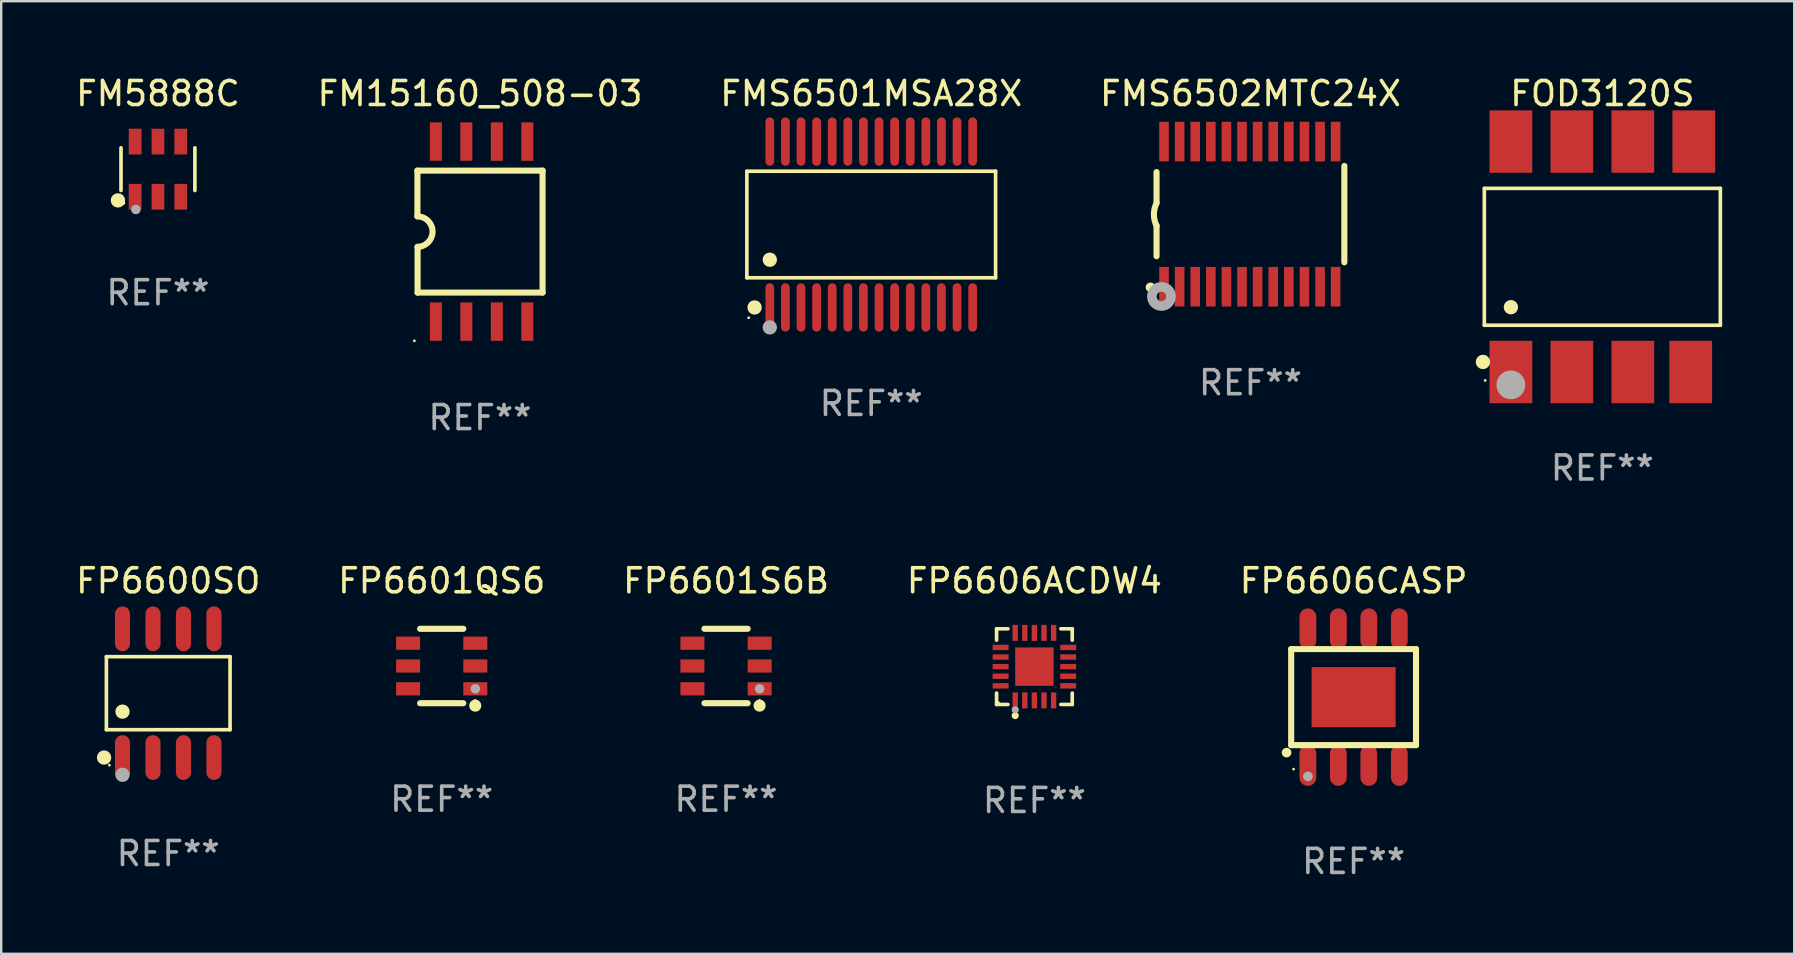
<source format=kicad_pcb>
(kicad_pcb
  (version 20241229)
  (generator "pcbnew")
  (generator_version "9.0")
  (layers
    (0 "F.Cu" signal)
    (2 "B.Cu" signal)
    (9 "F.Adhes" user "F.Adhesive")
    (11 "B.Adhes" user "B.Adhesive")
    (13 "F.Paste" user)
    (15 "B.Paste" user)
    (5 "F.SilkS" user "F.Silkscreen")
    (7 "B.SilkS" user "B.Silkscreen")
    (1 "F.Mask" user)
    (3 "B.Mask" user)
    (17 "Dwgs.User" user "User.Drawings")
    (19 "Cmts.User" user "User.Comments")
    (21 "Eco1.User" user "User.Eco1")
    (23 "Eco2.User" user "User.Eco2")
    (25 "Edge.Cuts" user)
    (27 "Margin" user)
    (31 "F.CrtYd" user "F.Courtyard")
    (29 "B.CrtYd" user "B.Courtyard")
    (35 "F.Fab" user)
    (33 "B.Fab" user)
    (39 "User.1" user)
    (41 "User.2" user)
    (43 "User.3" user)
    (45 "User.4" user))
  (footprint "FP6606CASP"
    (layer "F.Cu")
    (at 53.339 25.991)
    (property "Reference" "FP6606CASP" (at 0 -4.846 0) (layer "F.SilkS") (effects (font (size 1 1) (thickness 0.15))))
    (attr through_hole)
    (fp_line (start -2.6 -2) (end -2.6 2) (stroke (width 0.254) (type solid)) (layer "F.SilkS"))
    (fp_line (start -2.6 -2) (end 2.6 -2) (stroke (width 0.254) (type solid)) (layer "F.SilkS"))
    (fp_line (start -2.6 2) (end 2.6 2) (stroke (width 0.254) (type solid)) (layer "F.SilkS"))
    (fp_line (start 2.6 -2) (end 2.6 2) (stroke (width 0.254) (type solid)) (layer "F.SilkS"))
    (fp_arc (start -2.794006 2.311405) (mid -2.792736 2.311401) (end -2.791466 2.311405) (stroke (width 0.4) (type solid)) (layer "F.SilkS"))
    (fp_circle (center -2.5 3) (end -2.47 3) (stroke (width 0.06) (type solid)) (fill no) (layer "F.SilkS"))
    (fp_arc (start -1.905004 3.302007) (mid -1.903734 3.302003) (end -1.902464 3.302007) (stroke (width 0.4) (type solid)) (layer "F.Fab"))
    (fp_text user "REF**" (at 0 6.846 0) (layer "F.Fab") (effects (font (size 1 1) (thickness 0.15))))
    (pad "1" smd oval (at -1.905 2.846 180) (size 0.7 1.7) (layers "F.Cu" "F.Mask" "F.Paste"))
    (pad "2" smd oval (at -0.635 2.846 180) (size 0.7 1.7) (layers "F.Cu" "F.Mask" "F.Paste"))
    (pad "3" smd oval (at 0.635 2.846 180) (size 0.7 1.7) (layers "F.Cu" "F.Mask" "F.Paste"))
    (pad "4" smd oval (at 1.905 2.846 180) (size 0.7 1.7) (layers "F.Cu" "F.Mask" "F.Paste"))
    (pad "5" smd oval (at 1.905 -2.846 180) (size 0.7 1.7) (layers "F.Cu" "F.Mask" "F.Paste"))
    (pad "6" smd oval (at 0.635 -2.846 180) (size 0.7 1.7) (layers "F.Cu" "F.Mask" "F.Paste"))
    (pad "7" smd oval (at -0.635 -2.846 180) (size 0.7 1.7) (layers "F.Cu" "F.Mask" "F.Paste"))
    (pad "8" smd oval (at -1.905 -2.846 180) (size 0.7 1.7) (layers "F.Cu" "F.Mask" "F.Paste"))
    (pad "9" smd rect (at 0 0 270) (size 2.5 3.5) (layers "F.Cu" "F.Mask" "F.Paste")))
  (footprint "FP6600SO"
    (layer "F.Cu")
    (at 3.958 25.827)
    (property "Reference" "FP6600SO" (at 0 -4.682 0) (layer "F.SilkS") (effects (font (size 1 1) (thickness 0.15))))
    (attr through_hole)
    (fp_line (start -2.576 -1.521) (end 2.576 -1.521) (stroke (width 0.152) (type solid)) (layer "F.SilkS"))
    (fp_line (start -2.576 1.521) (end -2.576 -1.521) (stroke (width 0.152) (type solid)) (layer "F.SilkS"))
    (fp_line (start 2.576 -1.521) (end 2.576 1.521) (stroke (width 0.152) (type solid)) (layer "F.SilkS"))
    (fp_line (start 2.576 1.521) (end -2.576 1.521) (stroke (width 0.152) (type solid)) (layer "F.SilkS"))
    (fp_circle (center -2.672 2.682) (end -2.522 2.682) (stroke (width 0.3) (type solid)) (fill no) (layer "F.SilkS"))
    (fp_circle (center -2.45 3) (end -2.42 3) (stroke (width 0.06) (type solid)) (fill no) (layer "F.SilkS"))
    (fp_circle (center -1.905 0.769) (end -1.755 0.769) (stroke (width 0.3) (type solid)) (fill no) (layer "F.SilkS"))
    (fp_circle (center -1.905 3.4) (end -1.755 3.4) (stroke (width 0.3) (type solid)) (fill no) (layer "F.Fab"))
    (fp_text user "REF**" (at 0 6.682 0) (layer "F.Fab") (effects (font (size 1 1) (thickness 0.15))))
    (pad "1" smd oval (at -1.905 2.682) (size 0.63 1.865) (layers "F.Cu" "F.Mask" "F.Paste"))
    (pad "2" smd oval (at -0.635 2.682) (size 0.63 1.865) (layers "F.Cu" "F.Mask" "F.Paste"))
    (pad "3" smd oval (at 0.635 2.682) (size 0.63 1.865) (layers "F.Cu" "F.Mask" "F.Paste"))
    (pad "4" smd oval (at 1.905 2.682) (size 0.63 1.865) (layers "F.Cu" "F.Mask" "F.Paste"))
    (pad "5" smd oval (at 1.905 -2.682) (size 0.63 1.865) (layers "F.Cu" "F.Mask" "F.Paste"))
    (pad "6" smd oval (at 0.635 -2.682) (size 0.63 1.865) (layers "F.Cu" "F.Mask" "F.Paste"))
    (pad "7" smd oval (at -0.635 -2.682) (size 0.63 1.865) (layers "F.Cu" "F.Mask" "F.Paste"))
    (pad "8" smd oval (at -1.905 -2.682) (size 0.63 1.865) (layers "F.Cu" "F.Mask" "F.Paste")))
  (footprint "FM5888C"
    (layer "F.Cu")
    (at 3.53 3.997)
    (property "Reference" "FM5888C" (at 0 -3.149 0) (layer "F.SilkS") (effects (font (size 1 1) (thickness 0.15))))
    (attr through_hole)
    (fp_line (start -1.539 0.889) (end -1.539 -0.889) (stroke (width 0.152) (type solid)) (layer "F.SilkS"))
    (fp_line (start 1.539 0.889) (end 1.539 -0.889) (stroke (width 0.152) (type solid)) (layer "F.SilkS"))
    (fp_circle (center -1.668 1.301) (end -1.518 1.301) (stroke (width 0.3) (type solid)) (fill no) (layer "F.SilkS"))
    (fp_circle (center -1.463 1.4) (end -1.413 1.4) (stroke (width 0.1) (type solid)) (fill no) (layer "F.SilkS"))
    (fp_circle (center -0.92 1.68) (end -0.82 1.68) (stroke (width 0.2) (type solid)) (fill no) (layer "F.Fab"))
    (fp_text user "REF**" (at 0 5.149 0) (layer "F.Fab") (effects (font (size 1 1) (thickness 0.15))))
    (pad "1" smd rect (at -0.95 1.149) (size 0.532 1.072) (layers "F.Cu" "F.Mask" "F.Paste"))
    (pad "2" smd rect (at 0 1.149) (size 0.532 1.072) (layers "F.Cu" "F.Mask" "F.Paste"))
    (pad "3" smd rect (at 0.95 1.149) (size 0.532 1.072) (layers "F.Cu" "F.Mask" "F.Paste"))
    (pad "4" smd rect (at 0.95 -1.149) (size 0.532 1.072) (layers "F.Cu" "F.Mask" "F.Paste"))
    (pad "5" smd rect (at 0 -1.149) (size 0.532 1.072) (layers "F.Cu" "F.Mask" "F.Paste"))
    (pad "6" smd rect (at -0.95 -1.149) (size 0.532 1.072) (layers "F.Cu" "F.Mask" "F.Paste")))
  (footprint "FP6601S6B"
    (layer "F.Cu")
    (at 27.196 24.695)
    (property "Reference" "FP6601S6B" (at 0 -3.55 0) (layer "F.SilkS") (effects (font (size 1 1) (thickness 0.15))))
    (attr through_hole)
    (fp_line (start -0.9 -1.55) (end 0.9 -1.55) (stroke (width 0.254) (type solid)) (layer "F.SilkS"))
    (fp_line (start -0.9 1.55) (end 0.9 1.55) (stroke (width 0.254) (type solid)) (layer "F.SilkS"))
    (fp_circle (center 1.397 1.651) (end 1.524 1.651) (stroke (width 0.254) (type solid)) (fill no) (layer "F.SilkS"))
    (fp_circle (center 1.4 1.435) (end 1.43 1.435) (stroke (width 0.06) (type solid)) (fill no) (layer "F.SilkS"))
    (fp_circle (center 1.4 0.95) (end 1.5 0.95) (stroke (width 0.2) (type solid)) (fill no) (layer "F.Fab"))
    (fp_text user "REF**" (at 0 5.55 0) (layer "F.Fab") (effects (font (size 1 1) (thickness 0.15))))
    (pad "1" smd rect (at 1.4 0.95) (size 1 0.55) (layers "F.Cu" "F.Mask" "F.Paste"))
    (pad "2" smd rect (at 1.4 -0.000102) (size 1 0.55) (layers "F.Cu" "F.Mask" "F.Paste"))
    (pad "3" smd rect (at 1.4 -0.95) (size 1 0.55) (layers "F.Cu" "F.Mask" "F.Paste"))
    (pad "4" smd rect (at -1.4 -0.95) (size 1 0.55) (layers "F.Cu" "F.Mask" "F.Paste"))
    (pad "5" smd rect (at -1.4 -0.000102) (size 1 0.55) (layers "F.Cu" "F.Mask" "F.Paste"))
    (pad "6" smd rect (at -1.4 0.95) (size 1 0.55) (layers "F.Cu" "F.Mask" "F.Paste")))
  (footprint "FMS6501MSA28X"
    (layer "F.Cu")
    (at 33.244 6.303)
    (property "Reference" "FMS6501MSA28X" (at 0 -5.455 0) (layer "F.SilkS") (effects (font (size 1 1) (thickness 0.15))))
    (attr through_hole)
    (fp_line (start -5.181 -2.219) (end 5.181 -2.219) (stroke (width 0.152) (type solid)) (layer "F.SilkS"))
    (fp_line (start -5.181 2.219) (end -5.181 -2.219) (stroke (width 0.152) (type solid)) (layer "F.SilkS"))
    (fp_line (start 5.181 -2.219) (end 5.181 2.219) (stroke (width 0.152) (type solid)) (layer "F.SilkS"))
    (fp_line (start 5.181 2.219) (end -5.181 2.219) (stroke (width 0.152) (type solid)) (layer "F.SilkS"))
    (fp_circle (center -5.105 3.885) (end -5.075 3.885) (stroke (width 0.06) (type solid)) (fill no) (layer "F.SilkS"))
    (fp_circle (center -4.859 3.455) (end -4.709 3.455) (stroke (width 0.3) (type solid)) (fill no) (layer "F.SilkS"))
    (fp_circle (center -4.225 1.467) (end -4.075 1.467) (stroke (width 0.3) (type solid)) (fill no) (layer "F.SilkS"))
    (fp_circle (center -4.225 4.285) (end -4.075 4.285) (stroke (width 0.3) (type solid)) (fill no) (layer "F.Fab"))
    (fp_text user "REF**" (at 0 7.455 0) (layer "F.Fab") (effects (font (size 1 1) (thickness 0.15))))
    (pad "1" smd oval (at -4.225 3.455) (size 0.364 2.015) (layers "F.Cu" "F.Mask" "F.Paste"))
    (pad "2" smd oval (at -3.575 3.455) (size 0.364 2.015) (layers "F.Cu" "F.Mask" "F.Paste"))
    (pad "3" smd oval (at -2.925 3.455) (size 0.364 2.015) (layers "F.Cu" "F.Mask" "F.Paste"))
    (pad "4" smd oval (at -2.275 3.455) (size 0.364 2.015) (layers "F.Cu" "F.Mask" "F.Paste"))
    (pad "5" smd oval (at -1.625 3.455) (size 0.364 2.015) (layers "F.Cu" "F.Mask" "F.Paste"))
    (pad "6" smd oval (at -0.975 3.455) (size 0.364 2.015) (layers "F.Cu" "F.Mask" "F.Paste"))
    (pad "7" smd oval (at -0.325 3.455) (size 0.364 2.015) (layers "F.Cu" "F.Mask" "F.Paste"))
    (pad "8" smd oval (at 0.325 3.455) (size 0.364 2.015) (layers "F.Cu" "F.Mask" "F.Paste"))
    (pad "9" smd oval (at 0.975 3.455) (size 0.364 2.015) (layers "F.Cu" "F.Mask" "F.Paste"))
    (pad "10" smd oval (at 1.625 3.455) (size 0.364 2.015) (layers "F.Cu" "F.Mask" "F.Paste"))
    (pad "11" smd oval (at 2.275 3.455) (size 0.364 2.015) (layers "F.Cu" "F.Mask" "F.Paste"))
    (pad "12" smd oval (at 2.925 3.455) (size 0.364 2.015) (layers "F.Cu" "F.Mask" "F.Paste"))
    (pad "13" smd oval (at 3.575 3.455) (size 0.364 2.015) (layers "F.Cu" "F.Mask" "F.Paste"))
    (pad "14" smd oval (at 4.225 3.455) (size 0.364 2.015) (layers "F.Cu" "F.Mask" "F.Paste"))
    (pad "15" smd oval (at 4.225 -3.455) (size 0.364 2.015) (layers "F.Cu" "F.Mask" "F.Paste"))
    (pad "16" smd oval (at 3.575 -3.455) (size 0.364 2.015) (layers "F.Cu" "F.Mask" "F.Paste"))
    (pad "17" smd oval (at 2.925 -3.455) (size 0.364 2.015) (layers "F.Cu" "F.Mask" "F.Paste"))
    (pad "18" smd oval (at 2.275 -3.455) (size 0.364 2.015) (layers "F.Cu" "F.Mask" "F.Paste"))
    (pad "19" smd oval (at 1.625 -3.455) (size 0.364 2.015) (layers "F.Cu" "F.Mask" "F.Paste"))
    (pad "20" smd oval (at 0.975 -3.455) (size 0.364 2.015) (layers "F.Cu" "F.Mask" "F.Paste"))
    (pad "21" smd oval (at 0.325 -3.455) (size 0.364 2.015) (layers "F.Cu" "F.Mask" "F.Paste"))
    (pad "22" smd oval (at -0.325 -3.455) (size 0.364 2.015) (layers "F.Cu" "F.Mask" "F.Paste"))
    (pad "23" smd oval (at -0.975 -3.455) (size 0.364 2.015) (layers "F.Cu" "F.Mask" "F.Paste"))
    (pad "24" smd oval (at -1.625 -3.455) (size 0.364 2.015) (layers "F.Cu" "F.Mask" "F.Paste"))
    (pad "25" smd oval (at -2.275 -3.455) (size 0.364 2.015) (layers "F.Cu" "F.Mask" "F.Paste"))
    (pad "26" smd oval (at -2.925 -3.455) (size 0.364 2.015) (layers "F.Cu" "F.Mask" "F.Paste"))
    (pad "27" smd oval (at -3.575 -3.455) (size 0.364 2.015) (layers "F.Cu" "F.Mask" "F.Paste"))
    (pad "28" smd oval (at -4.225 -3.455) (size 0.364 2.015) (layers "F.Cu" "F.Mask" "F.Paste")))
  (footprint "FMS6502MTC24X"
    (layer "F.Cu")
    (at 49.042 5.871)
    (property "Reference" "FMS6502MTC24X" (at 0 -5.023 0) (layer "F.SilkS") (effects (font (size 1 1) (thickness 0.15))))
    (attr through_hole)
    (fp_line (start -3.912 -0.483) (end -3.912 -1.753) (stroke (width 0.254) (type solid)) (layer "F.SilkS"))
    (fp_line (start -3.912 1.753) (end -3.912 0.483) (stroke (width 0.254) (type solid)) (layer "F.SilkS"))
    (fp_line (start 3.912 -2.007) (end 3.912 2.007) (stroke (width 0.254) (type solid)) (layer "F.SilkS"))
    (fp_arc (start -3.911608 0.482601) (mid -4.022537 0.0127) (end -3.911608 -0.457201) (stroke (width 0.254001) (type solid)) (layer "F.SilkS"))
    (fp_circle (center -4.166 3.048) (end -4.066 3.048) (stroke (width 0.2) (type solid)) (fill no) (layer "F.SilkS"))
    (fp_circle (center -3.925 3.186) (end -3.895 3.186) (stroke (width 0.06) (type solid)) (fill no) (layer "F.SilkS"))
    (fp_circle (center -3.708 3.429) (end -3.509 3.429) (stroke (width 0.4) (type solid)) (fill no) (layer "F.Fab"))
    (fp_text user "REF**" (at 0 7.023 0) (layer "F.Fab") (effects (font (size 1 1) (thickness 0.15))))
    (pad "1" smd rect (at -3.6 3.023) (size 0.4 1.65) (layers "F.Cu" "F.Mask" "F.Paste"))
    (pad "2" smd rect (at -2.95 3.023) (size 0.4 1.65) (layers "F.Cu" "F.Mask" "F.Paste"))
    (pad "3" smd rect (at -2.3 3.023) (size 0.4 1.65) (layers "F.Cu" "F.Mask" "F.Paste"))
    (pad "4" smd rect (at -1.65 3.023) (size 0.4 1.65) (layers "F.Cu" "F.Mask" "F.Paste"))
    (pad "5" smd rect (at -1 3.023) (size 0.4 1.65) (layers "F.Cu" "F.Mask" "F.Paste"))
    (pad "6" smd rect (at -0.35 3.023) (size 0.4 1.65) (layers "F.Cu" "F.Mask" "F.Paste"))
    (pad "7" smd rect (at 0.299 3.023) (size 0.4 1.65) (layers "F.Cu" "F.Mask" "F.Paste"))
    (pad "8" smd rect (at 0.95 3.023) (size 0.4 1.65) (layers "F.Cu" "F.Mask" "F.Paste"))
    (pad "9" smd rect (at 1.6 3.023) (size 0.4 1.65) (layers "F.Cu" "F.Mask" "F.Paste"))
    (pad "10" smd rect (at 2.25 3.023) (size 0.4 1.65) (layers "F.Cu" "F.Mask" "F.Paste"))
    (pad "11" smd rect (at 2.9 3.023) (size 0.4 1.65) (layers "F.Cu" "F.Mask" "F.Paste"))
    (pad "12" smd rect (at 3.549 3.023) (size 0.4 1.65) (layers "F.Cu" "F.Mask" "F.Paste"))
    (pad "13" smd rect (at 3.549 -3.023) (size 0.4 1.65) (layers "F.Cu" "F.Mask" "F.Paste"))
    (pad "14" smd rect (at 2.9 -3.023) (size 0.4 1.65) (layers "F.Cu" "F.Mask" "F.Paste"))
    (pad "15" smd rect (at 2.25 -3.023) (size 0.4 1.65) (layers "F.Cu" "F.Mask" "F.Paste"))
    (pad "16" smd rect (at 1.6 -3.023) (size 0.4 1.65) (layers "F.Cu" "F.Mask" "F.Paste"))
    (pad "17" smd rect (at 0.95 -3.023) (size 0.4 1.65) (layers "F.Cu" "F.Mask" "F.Paste"))
    (pad "18" smd rect (at 0.299 -3.023) (size 0.4 1.65) (layers "F.Cu" "F.Mask" "F.Paste"))
    (pad "19" smd rect (at -0.35 -3.023) (size 0.4 1.65) (layers "F.Cu" "F.Mask" "F.Paste"))
    (pad "20" smd rect (at -1 -3.023) (size 0.4 1.65) (layers "F.Cu" "F.Mask" "F.Paste"))
    (pad "21" smd rect (at -1.65 -3.023) (size 0.4 1.65) (layers "F.Cu" "F.Mask" "F.Paste"))
    (pad "22" smd rect (at -2.3 -3.023) (size 0.4 1.65) (layers "F.Cu" "F.Mask" "F.Paste"))
    (pad "23" smd rect (at -2.95 -3.023) (size 0.4 1.65) (layers "F.Cu" "F.Mask" "F.Paste"))
    (pad "24" smd rect (at -3.6 -3.023) (size 0.4 1.65) (layers "F.Cu" "F.Mask" "F.Paste")))
  (footprint "FP6601QS6"
    (layer "F.Cu")
    (at 15.351 24.695)
    (property "Reference" "FP6601QS6" (at 0 -3.55 0) (layer "F.SilkS") (effects (font (size 1 1) (thickness 0.15))))
    (attr through_hole)
    (fp_line (start -0.9 -1.55) (end 0.9 -1.55) (stroke (width 0.254) (type solid)) (layer "F.SilkS"))
    (fp_line (start -0.9 1.55) (end 0.9 1.55) (stroke (width 0.254) (type solid)) (layer "F.SilkS"))
    (fp_circle (center 1.397 1.651) (end 1.524 1.651) (stroke (width 0.254) (type solid)) (fill no) (layer "F.SilkS"))
    (fp_circle (center 1.4 1.435) (end 1.43 1.435) (stroke (width 0.06) (type solid)) (fill no) (layer "F.SilkS"))
    (fp_circle (center 1.4 0.95) (end 1.5 0.95) (stroke (width 0.2) (type solid)) (fill no) (layer "F.Fab"))
    (fp_text user "REF**" (at 0 5.55 0) (layer "F.Fab") (effects (font (size 1 1) (thickness 0.15))))
    (pad "1" smd rect (at 1.4 0.95) (size 1 0.55) (layers "F.Cu" "F.Mask" "F.Paste"))
    (pad "2" smd rect (at 1.4 -0.000102) (size 1 0.55) (layers "F.Cu" "F.Mask" "F.Paste"))
    (pad "3" smd rect (at 1.4 -0.95) (size 1 0.55) (layers "F.Cu" "F.Mask" "F.Paste"))
    (pad "4" smd rect (at -1.4 -0.95) (size 1 0.55) (layers "F.Cu" "F.Mask" "F.Paste"))
    (pad "5" smd rect (at -1.4 -0.000102) (size 1 0.55) (layers "F.Cu" "F.Mask" "F.Paste"))
    (pad "6" smd rect (at -1.4 0.95) (size 1 0.55) (layers "F.Cu" "F.Mask" "F.Paste")))
  (footprint "FOD3120S"
    (layer "F.Cu")
    (at 63.702 7.648)
    (property "Reference" "FOD3120S" (at 0 -6.8 0) (layer "F.SilkS") (effects (font (size 1 1) (thickness 0.15))))
    (attr through_hole)
    (fp_line (start -4.916 -2.851) (end 4.916 -2.851) (stroke (width 0.152) (type solid)) (layer "F.SilkS"))
    (fp_line (start -4.916 2.851) (end -4.916 -2.851) (stroke (width 0.152) (type solid)) (layer "F.SilkS"))
    (fp_line (start 4.916 -2.851) (end 4.916 2.851) (stroke (width 0.152) (type solid)) (layer "F.SilkS"))
    (fp_line (start 4.916 2.851) (end -4.916 2.851) (stroke (width 0.152) (type solid)) (layer "F.SilkS"))
    (fp_circle (center -4.974 4.38) (end -4.823 4.38) (stroke (width 0.3) (type solid)) (fill no) (layer "F.SilkS"))
    (fp_circle (center -4.88 5.15) (end -4.85 5.15) (stroke (width 0.06) (type solid)) (fill no) (layer "F.SilkS"))
    (fp_circle (center -3.81 2.099) (end -3.66 2.099) (stroke (width 0.3) (type solid)) (fill no) (layer "F.SilkS"))
    (fp_circle (center -3.81 5.334) (end -3.51 5.334) (stroke (width 0.6) (type solid)) (fill no) (layer "F.Fab"))
    (fp_text user "REF**" (at 0 8.8 0) (layer "F.Fab") (effects (font (size 1 1) (thickness 0.15))))
    (pad "1" smd rect (at -3.81 4.8) (size 1.78 2.6) (layers "F.Cu" "F.Mask" "F.Paste"))
    (pad "2" smd rect (at -1.27 4.8) (size 1.78 2.6) (layers "F.Cu" "F.Mask" "F.Paste"))
    (pad "3" smd rect (at 1.27 4.8) (size 1.78 2.6) (layers "F.Cu" "F.Mask" "F.Paste"))
    (pad "4" smd rect (at 3.683 4.8) (size 1.78 2.6) (layers "F.Cu" "F.Mask" "F.Paste"))
    (pad "5" smd rect (at 3.81 -4.8) (size 1.78 2.6) (layers "F.Cu" "F.Mask" "F.Paste"))
    (pad "6" smd rect (at 1.27 -4.8) (size 1.78 2.6) (layers "F.Cu" "F.Mask" "F.Paste"))
    (pad "7" smd rect (at -1.27 -4.8) (size 1.78 2.6) (layers "F.Cu" "F.Mask" "F.Paste"))
    (pad "8" smd rect (at -3.81 -4.8) (size 1.78 2.6) (layers "F.Cu" "F.Mask" "F.Paste")))
  (footprint "FP6606ACDW4"
    (layer "F.Cu")
    (at 40.042 24.721)
    (property "Reference" "FP6606ACDW4" (at 0 -3.576 0) (layer "F.SilkS") (effects (font (size 1 1) (thickness 0.15))))
    (attr through_hole)
    (fp_line (start -1.576 -1.576) (end -1.103 -1.576) (stroke (width 0.152) (type solid)) (layer "F.SilkS"))
    (fp_line (start -1.576 -1.103) (end -1.576 -1.576) (stroke (width 0.152) (type solid)) (layer "F.SilkS"))
    (fp_line (start -1.576 1.103) (end -1.576 1.576) (stroke (width 0.152) (type solid)) (layer "F.SilkS"))
    (fp_line (start -1.576 1.576) (end -1.103 1.576) (stroke (width 0.152) (type solid)) (layer "F.SilkS"))
    (fp_line (start 1.576 -1.576) (end 1.103 -1.576) (stroke (width 0.152) (type solid)) (layer "F.SilkS"))
    (fp_line (start 1.576 -1.103) (end 1.576 -1.576) (stroke (width 0.152) (type solid)) (layer "F.SilkS"))
    (fp_line (start 1.576 1.103) (end 1.576 1.576) (stroke (width 0.152) (type solid)) (layer "F.SilkS"))
    (fp_line (start 1.576 1.576) (end 1.103 1.576) (stroke (width 0.152) (type solid)) (layer "F.SilkS"))
    (fp_circle (center -1.5 1.5) (end -1.47 1.5) (stroke (width 0.06) (type solid)) (fill no) (layer "F.SilkS"))
    (fp_circle (center -0.8 2.04) (end -0.725 2.04) (stroke (width 0.15) (type solid)) (fill no) (layer "F.SilkS"))
    (fp_circle (center -0.8 1.8) (end -0.725 1.8) (stroke (width 0.15) (type solid)) (fill no) (layer "F.Fab"))
    (fp_text user "REF**" (at 0 5.576 0) (layer "F.Fab") (effects (font (size 1 1) (thickness 0.15))))
    (pad "1" smd rect (at -0.8 1.407) (size 0.224 0.665) (layers "F.Cu" "F.Mask" "F.Paste"))
    (pad "2" smd rect (at -0.4 1.407) (size 0.224 0.665) (layers "F.Cu" "F.Mask" "F.Paste"))
    (pad "3" smd rect (at 0 1.407) (size 0.224 0.665) (layers "F.Cu" "F.Mask" "F.Paste"))
    (pad "4" smd rect (at 0.4 1.407) (size 0.224 0.665) (layers "F.Cu" "F.Mask" "F.Paste"))
    (pad "5" smd rect (at 0.8 1.407) (size 0.224 0.665) (layers "F.Cu" "F.Mask" "F.Paste"))
    (pad "6" smd rect (at 1.407 0.8) (size 0.665 0.224) (layers "F.Cu" "F.Mask" "F.Paste"))
    (pad "7" smd rect (at 1.407 0.4) (size 0.665 0.224) (layers "F.Cu" "F.Mask" "F.Paste"))
    (pad "8" smd rect (at 1.407 0) (size 0.665 0.224) (layers "F.Cu" "F.Mask" "F.Paste"))
    (pad "9" smd rect (at 1.407 -0.4) (size 0.665 0.224) (layers "F.Cu" "F.Mask" "F.Paste"))
    (pad "10" smd rect (at 1.407 -0.8) (size 0.665 0.224) (layers "F.Cu" "F.Mask" "F.Paste"))
    (pad "11" smd rect (at 0.8 -1.407) (size 0.224 0.665) (layers "F.Cu" "F.Mask" "F.Paste"))
    (pad "12" smd rect (at 0.4 -1.407) (size 0.224 0.665) (layers "F.Cu" "F.Mask" "F.Paste"))
    (pad "13" smd rect (at 0 -1.407) (size 0.224 0.665) (layers "F.Cu" "F.Mask" "F.Paste"))
    (pad "14" smd rect (at -0.4 -1.407) (size 0.224 0.665) (layers "F.Cu" "F.Mask" "F.Paste"))
    (pad "15" smd rect (at -0.8 -1.407) (size 0.224 0.665) (layers "F.Cu" "F.Mask" "F.Paste"))
    (pad "16" smd rect (at -1.407 -0.8) (size 0.665 0.224) (layers "F.Cu" "F.Mask" "F.Paste"))
    (pad "17" smd rect (at -1.407 -0.4) (size 0.665 0.224) (layers "F.Cu" "F.Mask" "F.Paste"))
    (pad "18" smd rect (at -1.407 0) (size 0.665 0.224) (layers "F.Cu" "F.Mask" "F.Paste"))
    (pad "19" smd rect (at -1.407 0.4) (size 0.665 0.224) (layers "F.Cu" "F.Mask" "F.Paste"))
    (pad "20" smd rect (at -1.407 0.8) (size 0.665 0.224) (layers "F.Cu" "F.Mask" "F.Paste"))
    (pad "21" smd rect (at 0 0) (size 1.6 1.6) (layers "F.Cu" "F.Mask" "F.Paste")))
  (footprint "FM15160_508-03"
    (layer "F.Cu")
    (at 16.946 6.598)
    (property "Reference" "FM15160_508-03" (at 0 -5.75 0) (layer "F.SilkS") (effects (font (size 1 1) (thickness 0.15))))
    (attr through_hole)
    (fp_line (start -2.607 -2.54) (end 2.607 -2.54) (stroke (width 0.254) (type solid)) (layer "F.SilkS"))
    (fp_line (start -2.607 -0.635) (end -2.607 -2.54) (stroke (width 0.254) (type solid)) (layer "F.SilkS"))
    (fp_line (start -2.6 2.54) (end -2.6 0.635) (stroke (width 0.254) (type solid)) (layer "F.SilkS"))
    (fp_line (start 2.607 -2.54) (end 2.607 2.54) (stroke (width 0.254) (type solid)) (layer "F.SilkS"))
    (fp_line (start 2.607 2.54) (end -2.6 2.54) (stroke (width 0.254) (type solid)) (layer "F.SilkS"))
    (fp_arc (start -2.60687 -0.63462) (mid -1.971293 -0.003135) (end -2.60014 0.635052) (stroke (width 0.254001) (type solid)) (layer "F.SilkS"))
    (fp_circle (center -2.734 4.55) (end -2.704 4.55) (stroke (width 0.06) (type solid)) (fill no) (layer "F.SilkS"))
    (fp_text user "REF**" (at 0 7.75 0) (layer "F.Fab") (effects (font (size 1 1) (thickness 0.15))))
    (pad "1" smd rect (at -1.838 3.75) (size 0.5 1.6) (layers "F.Cu" "F.Mask" "F.Paste"))
    (pad "2" smd rect (at -0.568 3.75) (size 0.5 1.6) (layers "F.Cu" "F.Mask" "F.Paste"))
    (pad "3" smd rect (at 0.702 3.75) (size 0.5 1.6) (layers "F.Cu" "F.Mask" "F.Paste"))
    (pad "4" smd rect (at 1.972 3.75) (size 0.5 1.6) (layers "F.Cu" "F.Mask" "F.Paste"))
    (pad "5" smd rect (at 1.972 -3.75) (size 0.5 1.6) (layers "F.Cu" "F.Mask" "F.Paste"))
    (pad "6" smd rect (at 0.702 -3.75) (size 0.5 1.6) (layers "F.Cu" "F.Mask" "F.Paste"))
    (pad "7" smd rect (at -0.568 -3.75) (size 0.5 1.6) (layers "F.Cu" "F.Mask" "F.Paste"))
    (pad "8" smd rect (at -1.838 -3.75) (size 0.5 1.6) (layers "F.Cu" "F.Mask" "F.Paste")))
  (gr_rect
    (start -3 -3)
    (end 71.695 36.685)
    (stroke (width 0.1) (type default))
    (fill no)
    (layer "Edge.Cuts")))
</source>
